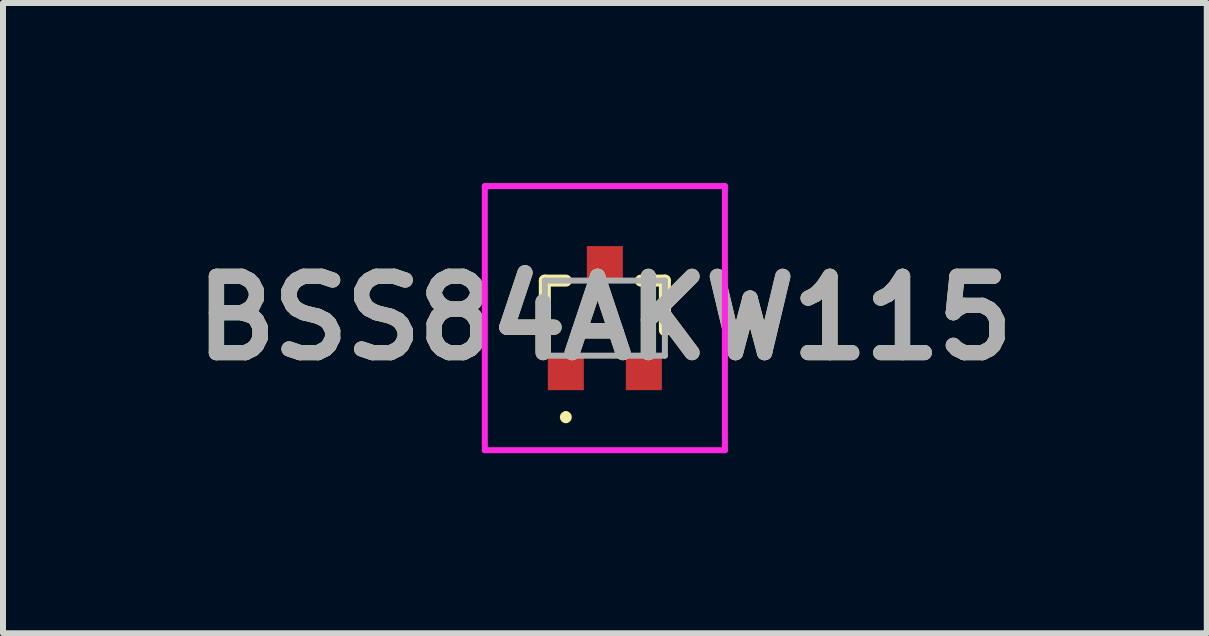
<source format=kicad_pcb>
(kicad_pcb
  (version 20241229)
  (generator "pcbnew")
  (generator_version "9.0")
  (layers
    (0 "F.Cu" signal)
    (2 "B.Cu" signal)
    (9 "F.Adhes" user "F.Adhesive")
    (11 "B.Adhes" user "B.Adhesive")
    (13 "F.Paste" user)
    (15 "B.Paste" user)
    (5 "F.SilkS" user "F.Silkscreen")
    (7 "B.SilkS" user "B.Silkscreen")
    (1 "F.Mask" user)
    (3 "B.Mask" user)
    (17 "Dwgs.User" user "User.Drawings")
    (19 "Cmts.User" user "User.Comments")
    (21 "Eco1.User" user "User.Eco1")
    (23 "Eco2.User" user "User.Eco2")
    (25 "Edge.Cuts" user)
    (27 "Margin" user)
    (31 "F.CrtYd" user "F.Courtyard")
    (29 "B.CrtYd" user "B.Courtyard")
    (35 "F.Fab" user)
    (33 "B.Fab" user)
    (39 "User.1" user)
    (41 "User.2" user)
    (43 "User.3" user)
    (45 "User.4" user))
  (footprint "BSS84AKW115"
    (layer "F.Cu")
    (at 7.027 2.25)
    (property "Reference" "BSS84AKW115" (at 0 0 0) (layer "F.SilkS") (effects (font (size 1.27 1.27) (thickness 0.254))))
    (attr smd)
    (fp_line (start -1 -0.625) (end -1 0.2) (stroke (width 0.2) (type solid)) (layer "F.SilkS"))
    (fp_line (start -0.65 -0.625) (end -1 -0.625) (stroke (width 0.2) (type solid)) (layer "F.SilkS"))
    (fp_line (start -0.65 1.6) (end -0.65 1.6) (stroke (width 0.1) (type solid)) (layer "F.SilkS"))
    (fp_line (start -0.65 1.7) (end -0.65 1.7) (stroke (width 0.1) (type solid)) (layer "F.SilkS"))
    (fp_line (start 0.6 -0.625) (end 1 -0.625) (stroke (width 0.2) (type solid)) (layer "F.SilkS"))
    (fp_line (start 1 -0.625) (end 1 0.2) (stroke (width 0.2) (type solid)) (layer "F.SilkS"))
    (fp_arc (start -0.65 1.6) (mid -0.6 1.65) (end -0.65 1.7) (stroke (width 0.1) (type solid)) (layer "F.SilkS"))
    (fp_arc (start -0.65 1.7) (mid -0.7 1.65) (end -0.65 1.6) (stroke (width 0.1) (type solid)) (layer "F.SilkS"))
    (fp_line (start -2 -2.2) (end 2 -2.2) (stroke (width 0.1) (type solid)) (layer "F.CrtYd"))
    (fp_line (start -2 2.2) (end -2 -2.2) (stroke (width 0.1) (type solid)) (layer "F.CrtYd"))
    (fp_line (start 2 -2.2) (end 2 2.2) (stroke (width 0.1) (type solid)) (layer "F.CrtYd"))
    (fp_line (start 2 2.2) (end -2 2.2) (stroke (width 0.1) (type solid)) (layer "F.CrtYd"))
    (fp_line (start -1 -0.625) (end 1 -0.625) (stroke (width 0.1) (type solid)) (layer "F.Fab"))
    (fp_line (start -1 0.625) (end -1 -0.625) (stroke (width 0.1) (type solid)) (layer "F.Fab"))
    (fp_line (start 1 -0.625) (end 1 0.625) (stroke (width 0.1) (type solid)) (layer "F.Fab"))
    (fp_line (start 1 0.625) (end -1 0.625) (stroke (width 0.1) (type solid)) (layer "F.Fab"))
    (fp_text user "${REFERENCE}" (at 0 0 0) (layer "F.Fab") (effects (font (size 1.27 1.27) (thickness 0.254))))
    (pad "1" smd rect (at -0.65 0.925 90) (size 0.55 0.6) (layers "F.Cu" "F.Mask" "F.Paste"))
    (pad "2" smd rect (at 0.65 0.925 90) (size 0.55 0.6) (layers "F.Cu" "F.Mask" "F.Paste"))
    (pad "3" smd rect (at 0 -0.925 90) (size 0.55 0.6) (layers "F.Cu" "F.Mask" "F.Paste")))
  (gr_rect
    (start -3 -3)
    (end 17.055 7.5)
    (stroke (width 0.1) (type default))
    (fill no)
    (layer "Edge.Cuts")))
</source>
